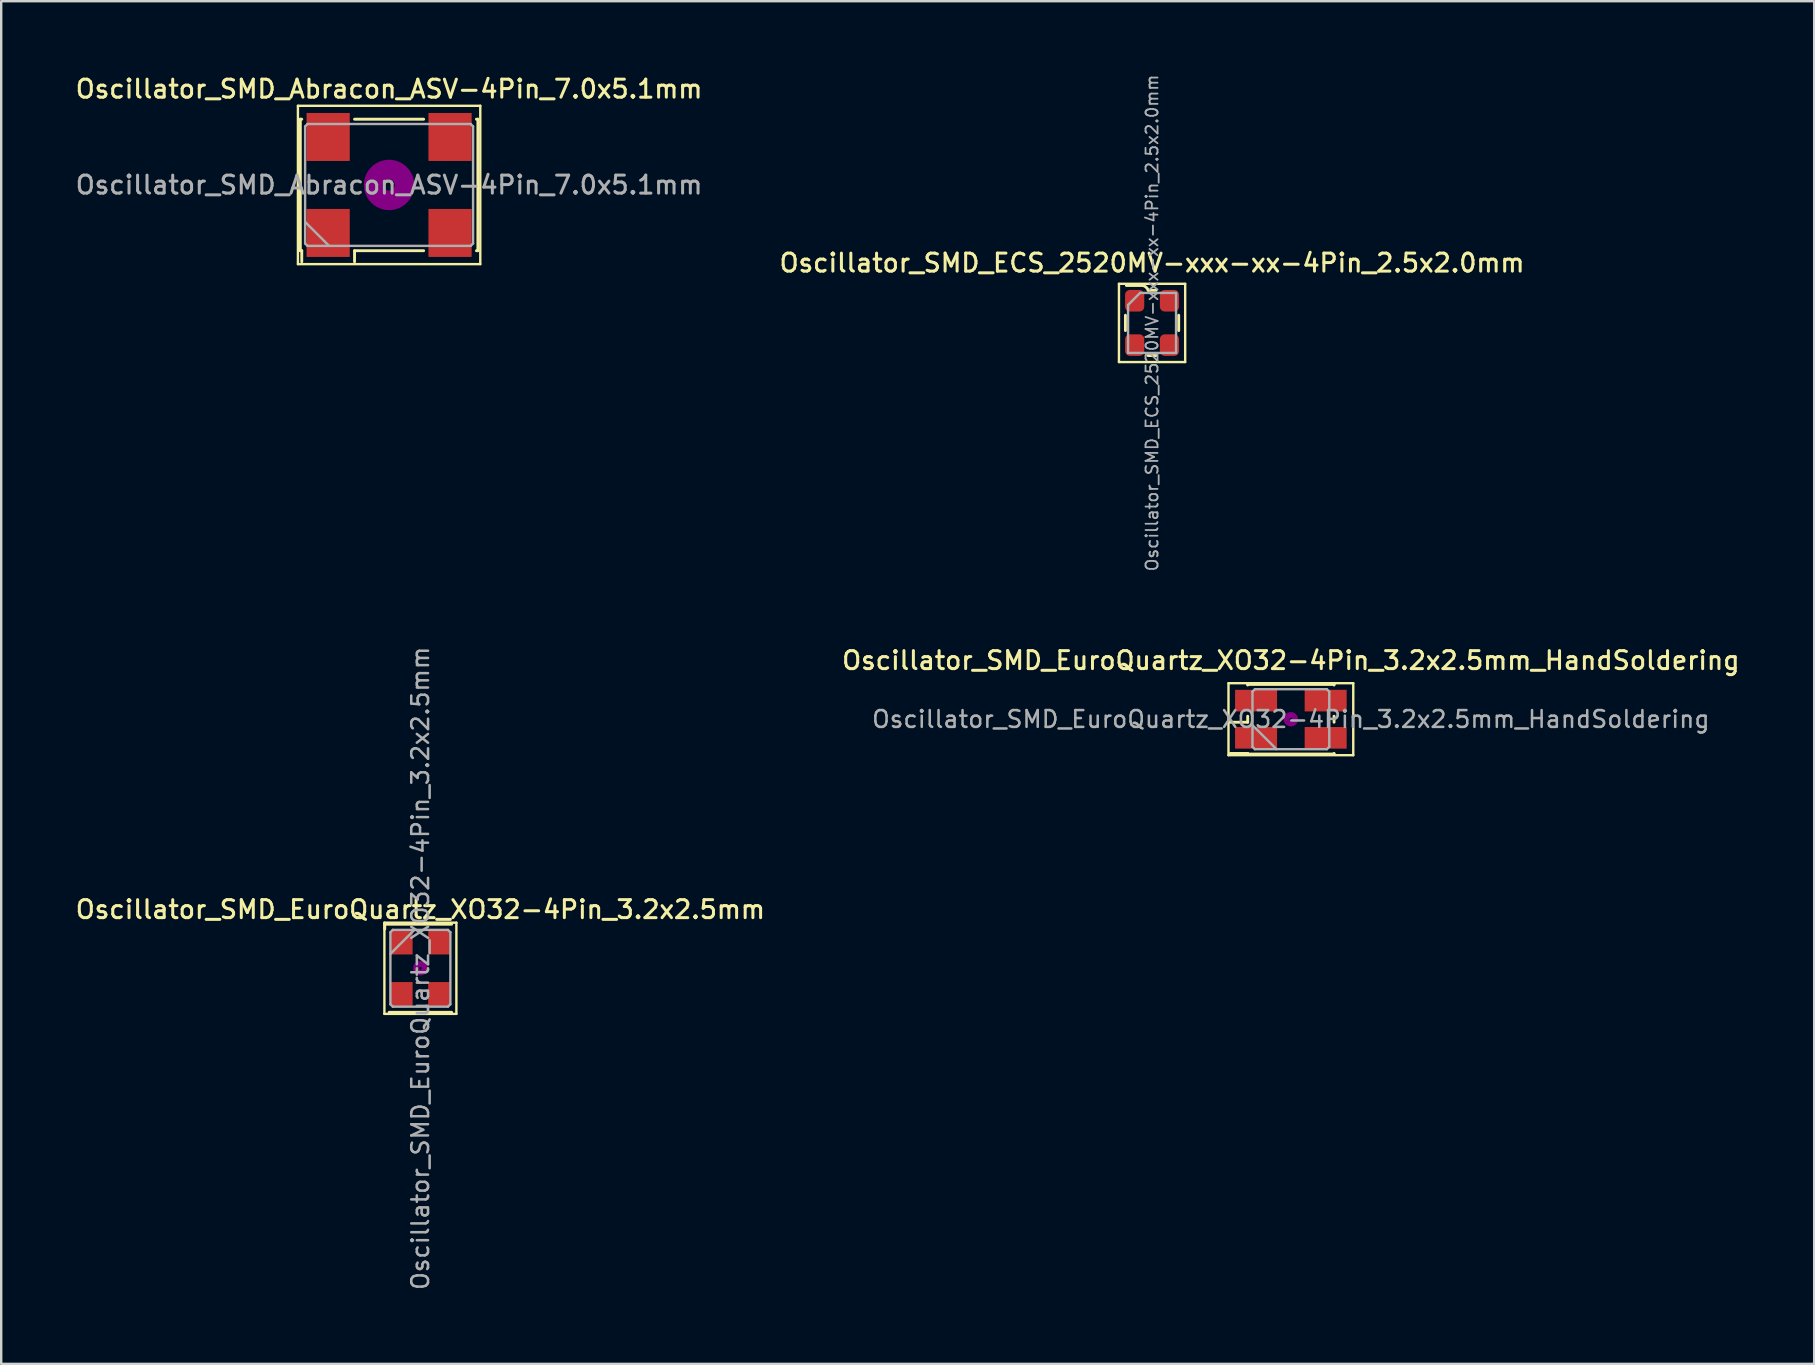
<source format=kicad_pcb>
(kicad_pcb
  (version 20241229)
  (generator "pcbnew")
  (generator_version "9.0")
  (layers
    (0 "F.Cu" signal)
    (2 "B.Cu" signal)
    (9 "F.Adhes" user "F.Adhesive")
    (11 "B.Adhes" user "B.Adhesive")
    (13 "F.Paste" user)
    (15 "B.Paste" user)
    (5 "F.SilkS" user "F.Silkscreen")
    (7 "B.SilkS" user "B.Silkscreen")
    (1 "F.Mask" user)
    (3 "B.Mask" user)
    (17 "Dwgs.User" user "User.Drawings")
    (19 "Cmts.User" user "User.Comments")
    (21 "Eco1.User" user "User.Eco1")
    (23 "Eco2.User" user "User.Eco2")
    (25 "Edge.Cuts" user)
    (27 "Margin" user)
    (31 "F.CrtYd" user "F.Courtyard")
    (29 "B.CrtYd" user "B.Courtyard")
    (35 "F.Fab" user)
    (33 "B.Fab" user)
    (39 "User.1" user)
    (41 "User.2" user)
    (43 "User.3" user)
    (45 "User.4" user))
  (footprint "Oscillator_SMD_EuroQuartz_XO32-4Pin_3.2x2.5mm_HandSoldering"
    (layer "F.Cu")
    (at 50.748 26.924)
    (property "Reference" "Oscillator_SMD_EuroQuartz_XO32-4Pin_3.2x2.5mm_HandSoldering" (at 0 -2.45 0) (layer "F.SilkS") (effects (font (size 0.75 0.75) (thickness 0.125))))
    (attr smd)
    (fp_line (start -2.6 -1.5) (end -2.6 1.5) (stroke (width 0.1) (type solid)) (layer "F.SilkS"))
    (fp_line (start -2.6 1.5) (end 2.6 1.5) (stroke (width 0.1) (type solid)) (layer "F.SilkS"))
    (fp_line (start -2.525 0.125) (end -1.8 0.125) (stroke (width 0.12) (type solid)) (layer "F.SilkS"))
    (fp_line (start -2.525 1.425) (end -1.8 1.425) (stroke (width 0.12) (type solid)) (layer "F.SilkS"))
    (fp_line (start -1.8 -1.45) (end 1.8 -1.45) (stroke (width 0.12) (type solid)) (layer "F.SilkS"))
    (fp_line (start -1.8 -1.425) (end -1.8 -1.45) (stroke (width 0.12) (type solid)) (layer "F.SilkS"))
    (fp_line (start -1.8 0.125) (end -1.8 -0.125) (stroke (width 0.12) (type solid)) (layer "F.SilkS"))
    (fp_line (start -1.8 1.425) (end -1.8 1.45) (stroke (width 0.12) (type solid)) (layer "F.SilkS"))
    (fp_line (start -1.8 1.45) (end 1.8 1.45) (stroke (width 0.12) (type solid)) (layer "F.SilkS"))
    (fp_line (start 1.8 -1.45) (end 1.8 -1.425) (stroke (width 0.12) (type solid)) (layer "F.SilkS"))
    (fp_line (start 1.8 -0.125) (end 1.8 0.125) (stroke (width 0.12) (type solid)) (layer "F.SilkS"))
    (fp_line (start 1.8 1.45) (end 1.8 1.425) (stroke (width 0.12) (type solid)) (layer "F.SilkS"))
    (fp_line (start 2.6 -1.5) (end -2.6 -1.5) (stroke (width 0.1) (type solid)) (layer "F.SilkS"))
    (fp_line (start 2.6 1.5) (end 2.6 -1.5) (stroke (width 0.1) (type solid)) (layer "F.SilkS"))
    (fp_circle (center 0 0) (end 0.058 0) (stroke (width 0.117) (type solid)) (fill no) (layer "F.Adhes"))
    (fp_circle (center 0 0) (end 0.133 0) (stroke (width 0.083) (type solid)) (fill no) (layer "F.Adhes"))
    (fp_circle (center 0 0) (end 0.208 0) (stroke (width 0.083) (type solid)) (fill no) (layer "F.Adhes"))
    (fp_circle (center 0 0) (end 0.25 0) (stroke (width 0.1) (type solid)) (fill no) (layer "F.Adhes"))
    (fp_line (start -1.6 -1.15) (end -1.5 -1.25) (stroke (width 0.1) (type solid)) (layer "F.Fab"))
    (fp_line (start -1.6 0.25) (end -0.6 1.25) (stroke (width 0.1) (type solid)) (layer "F.Fab"))
    (fp_line (start -1.6 1.15) (end -1.6 -1.15) (stroke (width 0.1) (type solid)) (layer "F.Fab"))
    (fp_line (start -1.5 -1.25) (end 1.5 -1.25) (stroke (width 0.1) (type solid)) (layer "F.Fab"))
    (fp_line (start -1.5 1.25) (end -1.6 1.15) (stroke (width 0.1) (type solid)) (layer "F.Fab"))
    (fp_line (start 1.5 -1.25) (end 1.6 -1.15) (stroke (width 0.1) (type solid)) (layer "F.Fab"))
    (fp_line (start 1.5 1.25) (end -1.5 1.25) (stroke (width 0.1) (type solid)) (layer "F.Fab"))
    (fp_line (start 1.6 -1.15) (end 1.6 1.15) (stroke (width 0.1) (type solid)) (layer "F.Fab"))
    (fp_line (start 1.6 1.15) (end 1.5 1.25) (stroke (width 0.1) (type solid)) (layer "F.Fab"))
    (fp_text user "${REFERENCE}" (at 0 0 0) (layer "F.Fab") (effects (font (size 0.7 0.7) (thickness 0.105))))
    (pad "1" smd rect (at -1.45 0.775) (size 1.75 0.9) (layers "F.Cu" "F.Mask" "F.Paste"))
    (pad "2" smd rect (at 1.45 0.775) (size 1.75 0.9) (layers "F.Cu" "F.Mask" "F.Paste"))
    (pad "3" smd rect (at 1.45 -0.775) (size 1.75 0.9) (layers "F.Cu" "F.Mask" "F.Paste"))
    (pad "4" smd rect (at -1.45 -0.775) (size 1.75 0.9) (layers "F.Cu" "F.Mask" "F.Paste")))
  (footprint "Oscillator_SMD_EuroQuartz_XO32-4Pin_3.2x2.5mm"
    (layer "F.Cu")
    (at 14.47 37.303)
    (property "Reference" "Oscillator_SMD_EuroQuartz_XO32-4Pin_3.2x2.5mm" (at 0 -2.45 0) (layer "F.SilkS") (effects (font (size 0.75 0.75) (thickness 0.125))))
    (attr smd)
    (fp_line (start -1.5 -1.9) (end -1.5 1.9) (stroke (width 0.1) (type solid)) (layer "F.SilkS"))
    (fp_line (start -1.5 1.9) (end 1.5 1.9) (stroke (width 0.1) (type solid)) (layer "F.SilkS"))
    (fp_line (start -1.485 -1.835) (end 1.3 -1.835) (stroke (width 0.12) (type solid)) (layer "F.SilkS"))
    (fp_line (start -1.485 -1.635) (end -1.485 -1.835) (stroke (width 0.12) (type solid)) (layer "F.SilkS"))
    (fp_line (start 1.3 1.835) (end -1.3 1.835) (stroke (width 0.12) (type solid)) (layer "F.SilkS"))
    (fp_line (start 1.5 -1.9) (end -1.5 -1.9) (stroke (width 0.1) (type solid)) (layer "F.SilkS"))
    (fp_line (start 1.5 1.9) (end 1.5 -1.9) (stroke (width 0.1) (type solid)) (layer "F.SilkS"))
    (fp_circle (center 0 0) (end 0 0.058) (stroke (width 0.117) (type solid)) (fill no) (layer "F.Adhes"))
    (fp_circle (center 0 0) (end 0 0.133) (stroke (width 0.083) (type solid)) (fill no) (layer "F.Adhes"))
    (fp_circle (center 0 0) (end 0 0.208) (stroke (width 0.083) (type solid)) (fill no) (layer "F.Adhes"))
    (fp_circle (center 0 0) (end 0 0.25) (stroke (width 0.1) (type solid)) (fill no) (layer "F.Adhes"))
    (fp_line (start -1.25 -1.5) (end -1.15 -1.6) (stroke (width 0.1) (type solid)) (layer "F.Fab"))
    (fp_line (start -1.25 1.5) (end -1.25 -1.5) (stroke (width 0.1) (type solid)) (layer "F.Fab"))
    (fp_line (start -1.15 -1.6) (end 1.15 -1.6) (stroke (width 0.1) (type solid)) (layer "F.Fab"))
    (fp_line (start -1.15 1.6) (end -1.25 1.5) (stroke (width 0.1) (type solid)) (layer "F.Fab"))
    (fp_line (start -0.25 -1.6) (end -1.25 -0.6) (stroke (width 0.1) (type solid)) (layer "F.Fab"))
    (fp_line (start 1.15 -1.6) (end 1.25 -1.5) (stroke (width 0.1) (type solid)) (layer "F.Fab"))
    (fp_line (start 1.15 1.6) (end -1.15 1.6) (stroke (width 0.1) (type solid)) (layer "F.Fab"))
    (fp_line (start 1.25 -1.5) (end 1.25 1.5) (stroke (width 0.1) (type solid)) (layer "F.Fab"))
    (fp_line (start 1.25 1.5) (end 1.15 1.6) (stroke (width 0.1) (type solid)) (layer "F.Fab"))
    (fp_text user "${REFERENCE}" (at 0 0 270) (layer "F.Fab") (effects (font (size 0.7 0.7) (thickness 0.105))))
    (pad "1" smd rect (at -0.775 -1.075 270) (size 1 0.9) (layers "F.Cu" "F.Mask" "F.Paste"))
    (pad "2" smd rect (at -0.775 1.075 270) (size 1 0.9) (layers "F.Cu" "F.Mask" "F.Paste"))
    (pad "3" smd rect (at 0.775 1.075 270) (size 1 0.9) (layers "F.Cu" "F.Mask" "F.Paste"))
    (pad "4" smd rect (at 0.775 -1.075 270) (size 1 0.9) (layers "F.Cu" "F.Mask" "F.Paste")))
  (footprint "Oscillator_SMD_ECS_2520MV-xxx-xx-4Pin_2.5x2.0mm"
    (layer "F.Cu")
    (at 44.963 10.408)
    (property "Reference" "Oscillator_SMD_ECS_2520MV-xxx-xx-4Pin_2.5x2.0mm" (at 0 -2.5 0) (layer "F.SilkS") (effects (font (size 0.75 0.75) (thickness 0.125))))
    (attr smd)
    (fp_line (start -1.38 -1.63) (end -1.38 1.63) (stroke (width 0.1) (type solid)) (layer "F.SilkS"))
    (fp_line (start -1.38 -1.63) (end 1.38 -1.63) (stroke (width 0.1) (type solid)) (layer "F.SilkS"))
    (fp_line (start -1.38 1.63) (end 1.38 1.63) (stroke (width 0.1) (type solid)) (layer "F.SilkS"))
    (fp_line (start -1.11 0.32) (end -1.11 -0.32) (stroke (width 0.12) (type solid)) (layer "F.SilkS"))
    (fp_line (start -0.38 -1.56) (end -1.07 -1.56) (stroke (width 0.12) (type solid)) (layer "F.SilkS"))
    (fp_line (start -0.17 1.36) (end 0.17 1.36) (stroke (width 0.12) (type solid)) (layer "F.SilkS"))
    (fp_line (start -0.16 -1.36) (end 0.17 -1.36) (stroke (width 0.12) (type solid)) (layer "F.SilkS"))
    (fp_line (start 1.11 0.32) (end 1.11 -0.32) (stroke (width 0.12) (type solid)) (layer "F.SilkS"))
    (fp_line (start 1.38 -1.63) (end 1.38 1.63) (stroke (width 0.1) (type solid)) (layer "F.SilkS"))
    (fp_arc (start -0.38 -1.56) (mid -0.246393 -1.485967) (end -0.16 -1.36) (stroke (width 0.12) (type solid)) (layer "F.SilkS"))
    (fp_line (start -1 -0.75) (end -1 1.25) (stroke (width 0.1) (type solid)) (layer "F.Fab"))
    (fp_line (start -1 -0.75) (end -0.5 -1.25) (stroke (width 0.1) (type solid)) (layer "F.Fab"))
    (fp_line (start -1 1.25) (end 1 1.25) (stroke (width 0.1) (type solid)) (layer "F.Fab"))
    (fp_line (start -0.5 -1.25) (end 1 -1.25) (stroke (width 0.1) (type solid)) (layer "F.Fab"))
    (fp_line (start 1 -1.25) (end 1 1.25) (stroke (width 0.1) (type solid)) (layer "F.Fab"))
    (fp_text user "${REFERENCE}" (at 0 0 90) (layer "F.Fab") (effects (font (size 0.5 0.5) (thickness 0.075))))
    (pad "1" smd roundrect (at -0.725 -0.925) (size 0.8 0.9) (layers "F.Cu" "F.Mask" "F.Paste") (roundrect_rratio 0.25))
    (pad "2" smd roundrect (at -0.725 0.925) (size 0.8 0.9) (layers "F.Cu" "F.Mask" "F.Paste") (roundrect_rratio 0.25))
    (pad "3" smd roundrect (at 0.725 0.925) (size 0.8 0.9) (layers "F.Cu" "F.Mask" "F.Paste") (roundrect_rratio 0.25))
    (pad "4" smd roundrect (at 0.725 -0.925) (size 0.8 0.9) (layers "F.Cu" "F.Mask" "F.Paste") (roundrect_rratio 0.25)))
  (footprint "Oscillator_SMD_Abracon_ASV-4Pin_7.0x5.1mm"
    (layer "F.Cu")
    (at 13.166 4.658)
    (property "Reference" "Oscillator_SMD_Abracon_ASV-4Pin_7.0x5.1mm" (at 0 -4 0) (layer "F.SilkS") (effects (font (size 0.75 0.75) (thickness 0.125))))
    (attr smd)
    (fp_line (start -3.8 -3.3) (end -3.8 3.3) (stroke (width 0.1) (type solid)) (layer "F.SilkS"))
    (fp_line (start -3.8 3.3) (end 3.8 3.3) (stroke (width 0.1) (type solid)) (layer "F.SilkS"))
    (fp_line (start -3.7 -2.74) (end -3.64 -2.74) (stroke (width 0.12) (type solid)) (layer "F.SilkS"))
    (fp_line (start -3.7 2.74) (end -3.7 -2.74) (stroke (width 0.12) (type solid)) (layer "F.SilkS"))
    (fp_line (start -3.64 2.74) (end -3.7 2.74) (stroke (width 0.12) (type solid)) (layer "F.SilkS"))
    (fp_line (start -3.64 3.2) (end -3.64 2.74) (stroke (width 0.12) (type solid)) (layer "F.SilkS"))
    (fp_line (start -1.44 -2.74) (end 1.44 -2.74) (stroke (width 0.12) (type solid)) (layer "F.SilkS"))
    (fp_line (start -1.44 2.74) (end -1.44 3.2) (stroke (width 0.12) (type solid)) (layer "F.SilkS"))
    (fp_line (start 1.44 2.74) (end -1.44 2.74) (stroke (width 0.12) (type solid)) (layer "F.SilkS"))
    (fp_line (start 3.64 -2.74) (end 3.7 -2.74) (stroke (width 0.12) (type solid)) (layer "F.SilkS"))
    (fp_line (start 3.7 -2.74) (end 3.7 2.74) (stroke (width 0.12) (type solid)) (layer "F.SilkS"))
    (fp_line (start 3.7 2.74) (end 3.64 2.74) (stroke (width 0.12) (type solid)) (layer "F.SilkS"))
    (fp_line (start 3.8 -3.3) (end -3.8 -3.3) (stroke (width 0.1) (type solid)) (layer "F.SilkS"))
    (fp_line (start 3.8 3.3) (end 3.8 -3.3) (stroke (width 0.1) (type solid)) (layer "F.SilkS"))
    (fp_circle (center 0 0) (end 0.233 0) (stroke (width 0.467) (type solid)) (fill no) (layer "F.Adhes"))
    (fp_circle (center 0 0) (end 0.533 0) (stroke (width 0.333) (type solid)) (fill no) (layer "F.Adhes"))
    (fp_circle (center 0 0) (end 0.833 0) (stroke (width 0.333) (type solid)) (fill no) (layer "F.Adhes"))
    (fp_circle (center 0 0) (end 1 0) (stroke (width 0.1) (type solid)) (fill no) (layer "F.Adhes"))
    (fp_line (start -3.5 -2.44) (end -3.4 -2.54) (stroke (width 0.1) (type solid)) (layer "F.Fab"))
    (fp_line (start -3.5 1.54) (end -2.5 2.54) (stroke (width 0.1) (type solid)) (layer "F.Fab"))
    (fp_line (start -3.5 2.44) (end -3.5 -2.44) (stroke (width 0.1) (type solid)) (layer "F.Fab"))
    (fp_line (start -3.4 -2.54) (end 3.4 -2.54) (stroke (width 0.1) (type solid)) (layer "F.Fab"))
    (fp_line (start -3.4 2.54) (end -3.5 2.44) (stroke (width 0.1) (type solid)) (layer "F.Fab"))
    (fp_line (start 3.4 -2.54) (end 3.5 -2.44) (stroke (width 0.1) (type solid)) (layer "F.Fab"))
    (fp_line (start 3.4 2.54) (end -3.4 2.54) (stroke (width 0.1) (type solid)) (layer "F.Fab"))
    (fp_line (start 3.5 -2.44) (end 3.5 2.44) (stroke (width 0.1) (type solid)) (layer "F.Fab"))
    (fp_line (start 3.5 2.44) (end 3.4 2.54) (stroke (width 0.1) (type solid)) (layer "F.Fab"))
    (fp_text user "${REFERENCE}" (at 0 0 0) (layer "F.Fab") (effects (font (size 0.75 0.75) (thickness 0.125))))
    (pad "1" smd rect (at -2.54 2) (size 1.8 2) (layers "F.Cu" "F.Mask" "F.Paste"))
    (pad "2" smd rect (at 2.54 2) (size 1.8 2) (layers "F.Cu" "F.Mask" "F.Paste"))
    (pad "3" smd rect (at 2.54 -2) (size 1.8 2) (layers "F.Cu" "F.Mask" "F.Paste"))
    (pad "4" smd rect (at -2.54 -2) (size 1.8 2) (layers "F.Cu" "F.Mask" "F.Paste")))
  (gr_rect
    (start -3 -3)
    (end 72.557 53.79)
    (stroke (width 0.1) (type default))
    (fill no)
    (layer "Edge.Cuts")))
</source>
